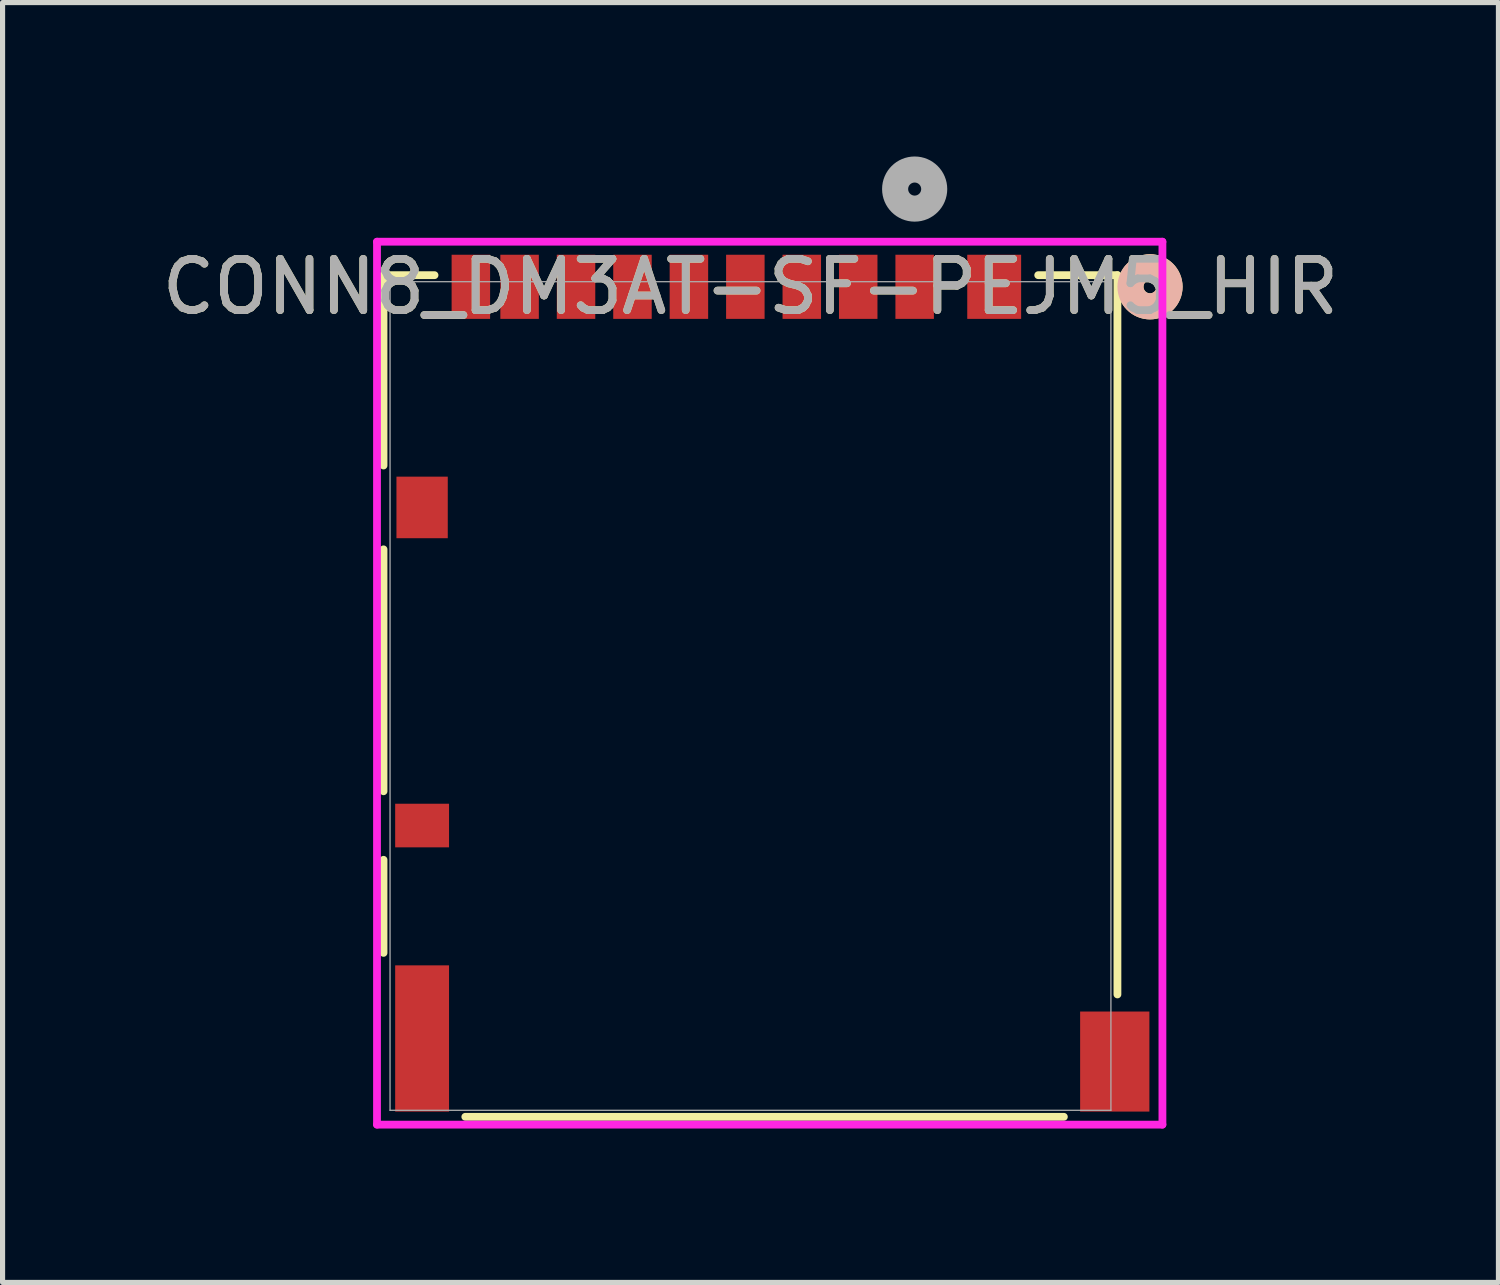
<source format=kicad_pcb>
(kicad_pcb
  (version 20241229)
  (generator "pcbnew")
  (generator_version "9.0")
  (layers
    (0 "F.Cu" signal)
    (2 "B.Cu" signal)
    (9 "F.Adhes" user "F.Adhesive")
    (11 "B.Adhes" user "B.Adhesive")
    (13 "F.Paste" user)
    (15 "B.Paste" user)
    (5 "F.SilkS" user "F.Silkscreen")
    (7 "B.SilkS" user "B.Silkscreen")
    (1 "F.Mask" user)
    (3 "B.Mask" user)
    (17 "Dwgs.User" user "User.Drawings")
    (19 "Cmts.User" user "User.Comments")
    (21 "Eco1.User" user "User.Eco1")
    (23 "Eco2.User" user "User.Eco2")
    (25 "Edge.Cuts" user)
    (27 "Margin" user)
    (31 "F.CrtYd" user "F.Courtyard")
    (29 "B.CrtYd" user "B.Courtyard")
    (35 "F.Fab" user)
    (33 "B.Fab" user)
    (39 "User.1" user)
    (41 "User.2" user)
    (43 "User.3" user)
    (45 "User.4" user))
  (footprint "CONN8_DM3AT-SF-PEJM5_HIR"
    (layer "F.Cu")
    (at 11.577 10.515)
    (property "Reference" "CONN8_DM3AT-SF-PEJM5_HIR" (at 0 -7.975 0) (unlocked yes) (layer "F.SilkS") (effects (font (size 1 1) (thickness 0.15))))
    (attr smd)
    (fp_line (start -7.152 -8.202) (end -7.152 -4.492) (stroke (width 0.152) (type solid)) (layer "F.SilkS"))
    (fp_line (start -7.152 -2.858) (end -7.152 1.857) (stroke (width 0.152) (type solid)) (layer "F.SilkS"))
    (fp_line (start -7.152 3.193) (end -7.152 5.007) (stroke (width 0.152) (type solid)) (layer "F.SilkS"))
    (fp_line (start -6.158 -8.202) (end -7.152 -8.202) (stroke (width 0.152) (type solid)) (layer "F.SilkS"))
    (fp_line (start -5.558 8.202) (end 6.108 8.202) (stroke (width 0.152) (type solid)) (layer "F.SilkS"))
    (fp_line (start 7.152 -8.202) (end 5.608 -8.202) (stroke (width 0.152) (type solid)) (layer "F.SilkS"))
    (fp_line (start 7.152 5.817) (end 7.152 -8.202) (stroke (width 0.152) (type solid)) (layer "F.SilkS"))
    (fp_circle (center 7.787 -7.975) (end 8.168 -7.975) (stroke (width 0.508) (type solid)) (fill no) (layer "F.SilkS"))
    (fp_circle (center 7.787 -7.975) (end 8.168 -7.975) (stroke (width 0.508) (type solid)) (fill no) (layer "B.SilkS"))
    (fp_line (start -7.279 -8.854) (end -7.279 8.354) (stroke (width 0.152) (type solid)) (layer "F.CrtYd"))
    (fp_line (start -7.279 8.354) (end 8.029 8.354) (stroke (width 0.152) (type solid)) (layer "F.CrtYd"))
    (fp_line (start 8.029 -8.854) (end -7.279 -8.854) (stroke (width 0.152) (type solid)) (layer "F.CrtYd"))
    (fp_line (start 8.029 8.354) (end 8.029 -8.854) (stroke (width 0.152) (type solid)) (layer "F.CrtYd"))
    (fp_line (start -7.025 -8.075) (end -7.025 8.075) (stroke (width 0.025) (type solid)) (layer "F.Fab"))
    (fp_line (start -7.025 8.075) (end 7.025 8.075) (stroke (width 0.025) (type solid)) (layer "F.Fab"))
    (fp_line (start 7.025 -8.075) (end -7.025 -8.075) (stroke (width 0.025) (type solid)) (layer "F.Fab"))
    (fp_line (start 7.025 8.075) (end 7.025 -8.075) (stroke (width 0.025) (type solid)) (layer "F.Fab"))
    (fp_circle (center 3.2 -9.88) (end 3.581 -9.88) (stroke (width 0.508) (type solid)) (fill no) (layer "F.Fab"))
    (fp_text user "${REFERENCE}" (at 0 -7.975 0) (unlocked yes) (layer "F.Fab") (effects (font (size 1 1) (thickness 0.15))))
    (pad "1" smd rect (at 3.2 -7.975) (size 0.75 1.25) (layers "F.Cu" "F.Mask" "F.Paste"))
    (pad "2" smd rect (at 2.1 -7.975) (size 0.75 1.25) (layers "F.Cu" "F.Mask" "F.Paste"))
    (pad "3" smd rect (at 1 -7.975) (size 0.75 1.25) (layers "F.Cu" "F.Mask" "F.Paste"))
    (pad "4" smd rect (at -0.1 -7.975) (size 0.75 1.25) (layers "F.Cu" "F.Mask" "F.Paste"))
    (pad "5" smd rect (at -1.2 -7.975) (size 0.75 1.25) (layers "F.Cu" "F.Mask" "F.Paste"))
    (pad "6" smd rect (at -2.3 -7.975) (size 0.75 1.25) (layers "F.Cu" "F.Mask" "F.Paste"))
    (pad "7" smd rect (at -3.4 -7.975) (size 0.75 1.25) (layers "F.Cu" "F.Mask" "F.Paste"))
    (pad "8" smd rect (at -4.5 -7.975) (size 0.75 1.25) (layers "F.Cu" "F.Mask" "F.Paste"))
    (pad "9" smd rect (at -5.45 -7.975) (size 0.75 1.25) (layers "F.Cu" "F.Mask" "F.Paste"))
    (pad "10" smd rect (at 4.75 -7.975) (size 1.05 1.25) (layers "F.Cu" "F.Mask" "F.Paste"))
    (pad "11" smd rect (at -6.4 -3.675) (size 1 1.2) (layers "F.Cu" "F.Mask" "F.Paste"))
    (pad "12" smd rect (at -6.4 2.525) (size 1.05 0.85) (layers "F.Cu" "F.Mask" "F.Paste"))
    (pad "13" smd rect (at -6.4 6.675) (size 1.05 2.85) (layers "F.Cu" "F.Mask" "F.Paste"))
    (pad "14" smd rect (at 7.1 7.125) (size 1.35 1.95) (layers "F.Cu" "F.Mask" "F.Paste")))
  (gr_rect
    (start -3 -3)
    (end 26.155 21.945)
    (stroke (width 0.1) (type default))
    (fill no)
    (layer "Edge.Cuts")))
</source>
